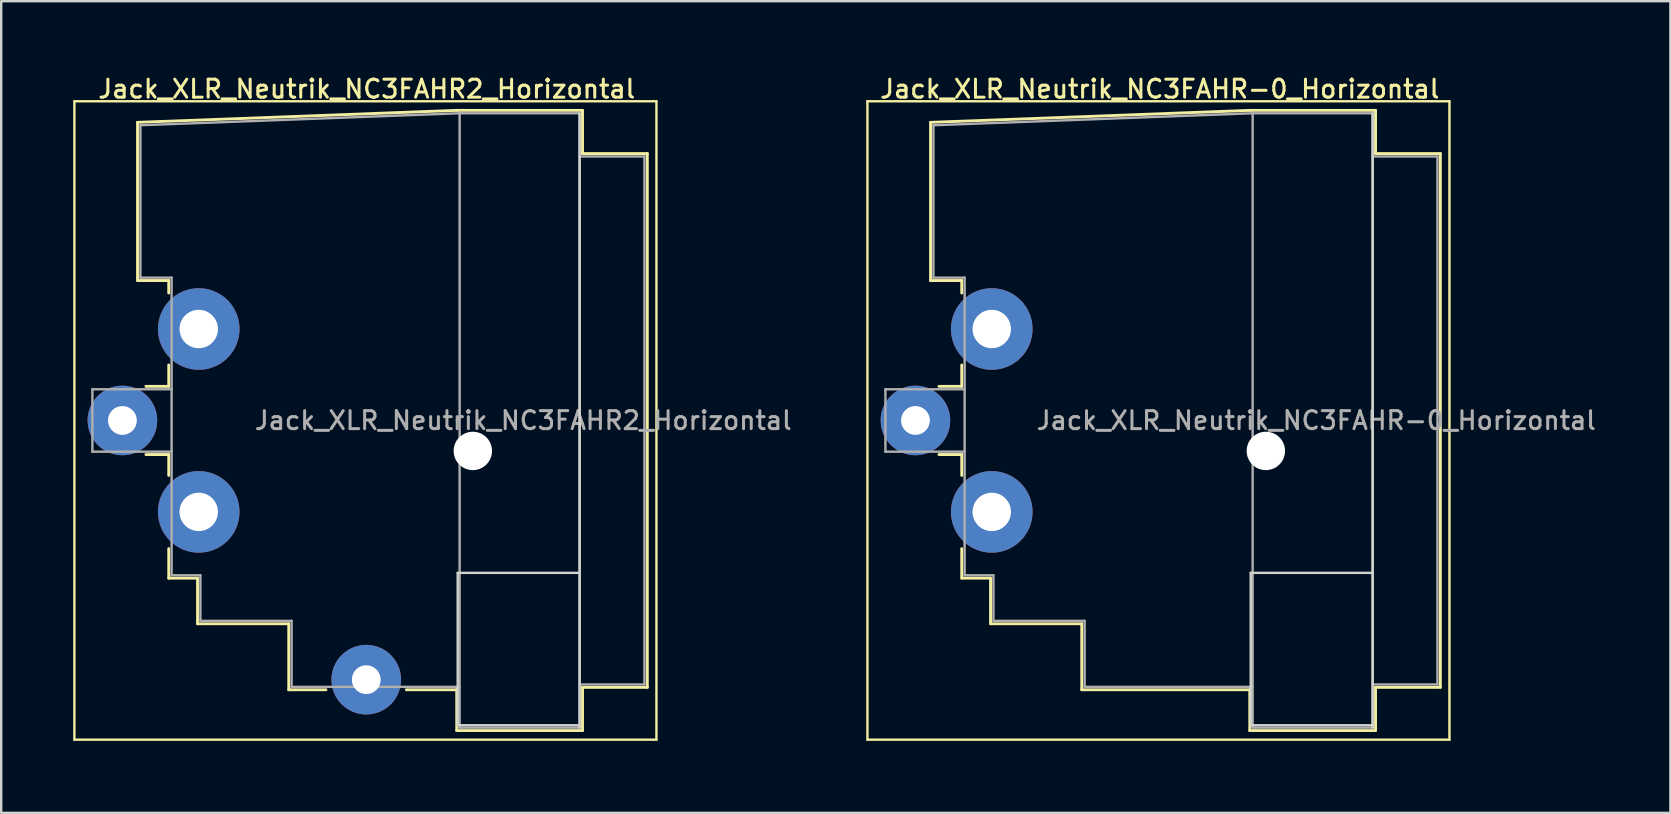
<source format=kicad_pcb>
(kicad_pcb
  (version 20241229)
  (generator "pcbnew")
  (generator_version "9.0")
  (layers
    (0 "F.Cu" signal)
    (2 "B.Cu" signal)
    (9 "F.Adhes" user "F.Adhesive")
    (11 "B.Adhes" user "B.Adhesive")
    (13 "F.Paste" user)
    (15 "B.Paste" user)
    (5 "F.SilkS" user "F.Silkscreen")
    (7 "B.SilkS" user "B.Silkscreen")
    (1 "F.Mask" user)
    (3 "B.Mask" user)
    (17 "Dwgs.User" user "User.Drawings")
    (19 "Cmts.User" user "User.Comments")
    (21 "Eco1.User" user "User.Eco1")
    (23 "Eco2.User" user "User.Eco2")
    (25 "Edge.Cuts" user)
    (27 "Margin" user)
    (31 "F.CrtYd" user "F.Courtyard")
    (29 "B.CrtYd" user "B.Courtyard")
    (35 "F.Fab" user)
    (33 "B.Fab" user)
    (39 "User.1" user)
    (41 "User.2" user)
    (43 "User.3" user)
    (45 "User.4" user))
  (footprint "Jack_XLR_Neutrik_NC3FAHR-0_Horizontal"
    (layer "F.Cu")
    (at 38.271 10.658)
    (property "Reference" "Jack_XLR_Neutrik_NC3FAHR-0_Horizontal" (at 7 -10 0) (layer "F.SilkS") (effects (font (size 0.75 0.75) (thickness 0.125))))
    (attr through_hole)
    (fp_line (start -5.18 -9.49) (end -5.18 17.11) (stroke (width 0.1) (type solid)) (layer "F.SilkS"))
    (fp_line (start -2.55 -8.61) (end -2.55 -2.02) (stroke (width 0.12) (type solid)) (layer "F.SilkS"))
    (fp_line (start -2.55 -2.02) (end -1.25 -2.02) (stroke (width 0.12) (type solid)) (layer "F.SilkS"))
    (fp_line (start -1.25 -2.02) (end -1.25 -1.5) (stroke (width 0.12) (type solid)) (layer "F.SilkS"))
    (fp_line (start -1.25 1.5) (end -1.25 2.39) (stroke (width 0.12) (type solid)) (layer "F.SilkS"))
    (fp_line (start -1.25 2.39) (end -2.2 2.39) (stroke (width 0.12) (type solid)) (layer "F.SilkS"))
    (fp_line (start -1.25 5.23) (end -2.2 5.23) (stroke (width 0.12) (type solid)) (layer "F.SilkS"))
    (fp_line (start -1.25 5.23) (end -1.25 6.1) (stroke (width 0.12) (type solid)) (layer "F.SilkS"))
    (fp_line (start -1.25 9.15) (end -1.25 10.38) (stroke (width 0.12) (type solid)) (layer "F.SilkS"))
    (fp_line (start -0.05 10.38) (end -1.25 10.38) (stroke (width 0.12) (type solid)) (layer "F.SilkS"))
    (fp_line (start -0.05 10.38) (end -0.05 12.28) (stroke (width 0.12) (type solid)) (layer "F.SilkS"))
    (fp_line (start 3.75 12.28) (end -0.05 12.28) (stroke (width 0.12) (type solid)) (layer "F.SilkS"))
    (fp_line (start 3.75 12.28) (end 3.75 15.03) (stroke (width 0.12) (type solid)) (layer "F.SilkS"))
    (fp_line (start 10.75 -9.11) (end -2.55 -8.61) (stroke (width 0.12) (type solid)) (layer "F.SilkS"))
    (fp_line (start 10.75 15.03) (end 3.75 15.03) (stroke (width 0.12) (type solid)) (layer "F.SilkS"))
    (fp_line (start 10.75 16.73) (end 10.75 15.03) (stroke (width 0.12) (type solid)) (layer "F.SilkS"))
    (fp_line (start 15.99 -9.11) (end 10.75 -9.11) (stroke (width 0.12) (type solid)) (layer "F.SilkS"))
    (fp_line (start 15.99 -9.11) (end 15.99 -7.31) (stroke (width 0.12) (type solid)) (layer "F.SilkS"))
    (fp_line (start 15.99 -7.31) (end 18.69 -7.31) (stroke (width 0.12) (type solid)) (layer "F.SilkS"))
    (fp_line (start 15.99 14.93) (end 15.99 16.73) (stroke (width 0.12) (type solid)) (layer "F.SilkS"))
    (fp_line (start 15.99 14.93) (end 18.69 14.93) (stroke (width 0.12) (type solid)) (layer "F.SilkS"))
    (fp_line (start 15.99 16.73) (end 10.75 16.73) (stroke (width 0.12) (type solid)) (layer "F.SilkS"))
    (fp_line (start 18.69 -7.31) (end 18.69 14.93) (stroke (width 0.12) (type solid)) (layer "F.SilkS"))
    (fp_line (start 19.07 -9.49) (end -5.18 -9.49) (stroke (width 0.1) (type solid)) (layer "F.SilkS"))
    (fp_line (start 19.07 -9.49) (end 19.07 17.11) (stroke (width 0.1) (type solid)) (layer "F.SilkS"))
    (fp_line (start 19.07 17.11) (end -5.18 17.11) (stroke (width 0.1) (type solid)) (layer "F.SilkS"))
    (fp_line (start 10.79 10.16) (end 10.79 16.51) (stroke (width 0.1) (type solid)) (layer "Edge.Cuts"))
    (fp_line (start 10.79 16.51) (end 15.87 16.51) (stroke (width 0.1) (type solid)) (layer "Edge.Cuts"))
    (fp_line (start 15.87 -8.99) (end 15.87 16.61) (stroke (width 0.1) (type solid)) (layer "Edge.Cuts"))
    (fp_line (start 15.87 10.16) (end 10.79 10.16) (stroke (width 0.1) (type solid)) (layer "Edge.Cuts"))
    (fp_line (start -4.43 2.51) (end -4.43 5.11) (stroke (width 0.1) (type solid)) (layer "F.Fab"))
    (fp_line (start -4.43 2.51) (end -1.13 2.51) (stroke (width 0.1) (type solid)) (layer "F.Fab"))
    (fp_line (start -4.43 5.11) (end -1.13 5.11) (stroke (width 0.1) (type solid)) (layer "F.Fab"))
    (fp_line (start -2.43 -8.49) (end -2.43 -2.14) (stroke (width 0.1) (type solid)) (layer "F.Fab"))
    (fp_line (start -2.43 -8.49) (end 10.87 -8.99) (stroke (width 0.1) (type solid)) (layer "F.Fab"))
    (fp_line (start -1.13 -2.14) (end -2.43 -2.14) (stroke (width 0.1) (type solid)) (layer "F.Fab"))
    (fp_line (start -1.13 -2.14) (end -1.13 10.26) (stroke (width 0.1) (type solid)) (layer "F.Fab"))
    (fp_line (start -1.13 10.26) (end 0.07 10.26) (stroke (width 0.1) (type solid)) (layer "F.Fab"))
    (fp_line (start 0.07 10.26) (end 0.07 12.16) (stroke (width 0.1) (type solid)) (layer "F.Fab"))
    (fp_line (start 0.07 12.16) (end 3.87 12.16) (stroke (width 0.1) (type solid)) (layer "F.Fab"))
    (fp_line (start 3.87 12.16) (end 3.87 14.91) (stroke (width 0.1) (type solid)) (layer "F.Fab"))
    (fp_line (start 3.87 14.91) (end 10.87 14.91) (stroke (width 0.1) (type solid)) (layer "F.Fab"))
    (fp_line (start 10.87 -8.99) (end 15.87 -8.99) (stroke (width 0.1) (type solid)) (layer "F.Fab"))
    (fp_line (start 10.87 16.61) (end 10.87 -8.99) (stroke (width 0.1) (type solid)) (layer "F.Fab"))
    (fp_line (start 15.87 -8.99) (end 15.87 16.61) (stroke (width 0.1) (type solid)) (layer "F.Fab"))
    (fp_line (start 15.87 -7.19) (end 18.57 -7.19) (stroke (width 0.1) (type solid)) (layer "F.Fab"))
    (fp_line (start 15.87 16.61) (end 10.87 16.61) (stroke (width 0.1) (type solid)) (layer "F.Fab"))
    (fp_line (start 18.57 -7.19) (end 18.57 14.81) (stroke (width 0.1) (type solid)) (layer "F.Fab"))
    (fp_line (start 18.57 14.81) (end 15.87 14.81) (stroke (width 0.1) (type solid)) (layer "F.Fab"))
    (fp_text user "${REFERENCE}" (at 13.52 3.81 0) (layer "F.Fab") (effects (font (size 0.75 0.75) (thickness 0.125))))
    (pad "" np_thru_hole circle (at 11.42 5.08) (size 1.6 1.6) (drill 1.6) (layers "*.Cu" "*.Mask"))
    (pad "1" thru_hole circle (at 0 0) (size 3.4 3.4) (drill 1.6) (layers "*.Cu" "*.Mask"))
    (pad "2" thru_hole circle (at -3.18 3.81) (size 2.9 2.9) (drill 1.2) (layers "*.Cu" "*.Mask"))
    (pad "3" thru_hole circle (at 0 7.62) (size 3.4 3.4) (drill 1.6) (layers "*.Cu" "*.Mask")))
  (footprint "Jack_XLR_Neutrik_NC3FAHR2_Horizontal"
    (layer "F.Cu")
    (at 5.23 10.658)
    (property "Reference" "Jack_XLR_Neutrik_NC3FAHR2_Horizontal" (at 7 -10 0) (layer "F.SilkS") (effects (font (size 0.75 0.75) (thickness 0.125))))
    (attr through_hole)
    (fp_line (start -5.18 -9.49) (end -5.18 17.11) (stroke (width 0.1) (type solid)) (layer "F.SilkS"))
    (fp_line (start -2.55 -8.61) (end -2.55 -2.02) (stroke (width 0.12) (type solid)) (layer "F.SilkS"))
    (fp_line (start -2.55 -2.02) (end -1.25 -2.02) (stroke (width 0.12) (type solid)) (layer "F.SilkS"))
    (fp_line (start -1.25 -2.02) (end -1.25 -1.5) (stroke (width 0.12) (type solid)) (layer "F.SilkS"))
    (fp_line (start -1.25 1.5) (end -1.25 2.39) (stroke (width 0.12) (type solid)) (layer "F.SilkS"))
    (fp_line (start -1.25 2.39) (end -2.2 2.39) (stroke (width 0.12) (type solid)) (layer "F.SilkS"))
    (fp_line (start -1.25 5.23) (end -2.2 5.23) (stroke (width 0.12) (type solid)) (layer "F.SilkS"))
    (fp_line (start -1.25 5.23) (end -1.25 6.1) (stroke (width 0.12) (type solid)) (layer "F.SilkS"))
    (fp_line (start -1.25 9.15) (end -1.25 10.38) (stroke (width 0.12) (type solid)) (layer "F.SilkS"))
    (fp_line (start -0.05 10.38) (end -1.25 10.38) (stroke (width 0.12) (type solid)) (layer "F.SilkS"))
    (fp_line (start -0.05 10.38) (end -0.05 12.28) (stroke (width 0.12) (type solid)) (layer "F.SilkS"))
    (fp_line (start 3.75 12.28) (end -0.05 12.28) (stroke (width 0.12) (type solid)) (layer "F.SilkS"))
    (fp_line (start 3.75 12.28) (end 3.75 15.03) (stroke (width 0.12) (type solid)) (layer "F.SilkS"))
    (fp_line (start 5.3 15.03) (end 3.75 15.03) (stroke (width 0.12) (type solid)) (layer "F.SilkS"))
    (fp_line (start 10.75 -9.11) (end -2.55 -8.61) (stroke (width 0.12) (type solid)) (layer "F.SilkS"))
    (fp_line (start 10.75 15.03) (end 8.65 15.03) (stroke (width 0.12) (type solid)) (layer "F.SilkS"))
    (fp_line (start 10.75 16.73) (end 10.75 15.03) (stroke (width 0.12) (type solid)) (layer "F.SilkS"))
    (fp_line (start 15.99 -9.11) (end 10.75 -9.11) (stroke (width 0.12) (type solid)) (layer "F.SilkS"))
    (fp_line (start 15.99 -9.11) (end 15.99 -7.31) (stroke (width 0.12) (type solid)) (layer "F.SilkS"))
    (fp_line (start 15.99 -7.31) (end 18.69 -7.31) (stroke (width 0.12) (type solid)) (layer "F.SilkS"))
    (fp_line (start 15.99 14.93) (end 15.99 16.73) (stroke (width 0.12) (type solid)) (layer "F.SilkS"))
    (fp_line (start 15.99 14.93) (end 18.69 14.93) (stroke (width 0.12) (type solid)) (layer "F.SilkS"))
    (fp_line (start 15.99 16.73) (end 10.75 16.73) (stroke (width 0.12) (type solid)) (layer "F.SilkS"))
    (fp_line (start 18.69 -7.31) (end 18.69 14.93) (stroke (width 0.12) (type solid)) (layer "F.SilkS"))
    (fp_line (start 19.07 -9.49) (end -5.18 -9.49) (stroke (width 0.1) (type solid)) (layer "F.SilkS"))
    (fp_line (start 19.07 -9.49) (end 19.07 17.11) (stroke (width 0.1) (type solid)) (layer "F.SilkS"))
    (fp_line (start 19.07 17.11) (end -5.18 17.11) (stroke (width 0.1) (type solid)) (layer "F.SilkS"))
    (fp_line (start 10.79 10.16) (end 10.79 16.51) (stroke (width 0.1) (type solid)) (layer "Edge.Cuts"))
    (fp_line (start 10.79 16.51) (end 15.87 16.51) (stroke (width 0.1) (type solid)) (layer "Edge.Cuts"))
    (fp_line (start 15.87 -8.99) (end 15.87 16.61) (stroke (width 0.1) (type solid)) (layer "Edge.Cuts"))
    (fp_line (start 15.87 10.16) (end 10.79 10.16) (stroke (width 0.1) (type solid)) (layer "Edge.Cuts"))
    (fp_line (start -4.43 2.51) (end -4.43 5.11) (stroke (width 0.1) (type solid)) (layer "F.Fab"))
    (fp_line (start -4.43 2.51) (end -1.13 2.51) (stroke (width 0.1) (type solid)) (layer "F.Fab"))
    (fp_line (start -4.43 5.11) (end -1.13 5.11) (stroke (width 0.1) (type solid)) (layer "F.Fab"))
    (fp_line (start -2.43 -8.49) (end -2.43 -2.14) (stroke (width 0.1) (type solid)) (layer "F.Fab"))
    (fp_line (start -2.43 -8.49) (end 10.87 -8.99) (stroke (width 0.1) (type solid)) (layer "F.Fab"))
    (fp_line (start -1.13 -2.14) (end -2.43 -2.14) (stroke (width 0.1) (type solid)) (layer "F.Fab"))
    (fp_line (start -1.13 -2.14) (end -1.13 10.26) (stroke (width 0.1) (type solid)) (layer "F.Fab"))
    (fp_line (start -1.13 10.26) (end 0.07 10.26) (stroke (width 0.1) (type solid)) (layer "F.Fab"))
    (fp_line (start 0.07 10.26) (end 0.07 12.16) (stroke (width 0.1) (type solid)) (layer "F.Fab"))
    (fp_line (start 0.07 12.16) (end 3.87 12.16) (stroke (width 0.1) (type solid)) (layer "F.Fab"))
    (fp_line (start 3.87 12.16) (end 3.87 14.91) (stroke (width 0.1) (type solid)) (layer "F.Fab"))
    (fp_line (start 3.87 14.91) (end 10.87 14.91) (stroke (width 0.1) (type solid)) (layer "F.Fab"))
    (fp_line (start 10.87 -8.99) (end 15.87 -8.99) (stroke (width 0.1) (type solid)) (layer "F.Fab"))
    (fp_line (start 10.87 16.61) (end 10.87 -8.99) (stroke (width 0.1) (type solid)) (layer "F.Fab"))
    (fp_line (start 15.87 -8.99) (end 15.87 16.61) (stroke (width 0.1) (type solid)) (layer "F.Fab"))
    (fp_line (start 15.87 -7.19) (end 18.57 -7.19) (stroke (width 0.1) (type solid)) (layer "F.Fab"))
    (fp_line (start 15.87 16.61) (end 10.87 16.61) (stroke (width 0.1) (type solid)) (layer "F.Fab"))
    (fp_line (start 18.57 -7.19) (end 18.57 14.81) (stroke (width 0.1) (type solid)) (layer "F.Fab"))
    (fp_line (start 18.57 14.81) (end 15.87 14.81) (stroke (width 0.1) (type solid)) (layer "F.Fab"))
    (fp_text user "${REFERENCE}" (at 13.52 3.81 0) (layer "F.Fab") (effects (font (size 0.75 0.75) (thickness 0.125))))
    (pad "" np_thru_hole circle (at 11.42 5.08) (size 1.6 1.6) (drill 1.6) (layers "*.Cu" "*.Mask"))
    (pad "1" thru_hole circle (at 0 0) (size 3.4 3.4) (drill 1.6) (layers "*.Cu" "*.Mask"))
    (pad "2" thru_hole circle (at -3.18 3.81) (size 2.9 2.9) (drill 1.2) (layers "*.Cu" "*.Mask"))
    (pad "3" thru_hole circle (at 0 7.62) (size 3.4 3.4) (drill 1.6) (layers "*.Cu" "*.Mask"))
    (pad "G" thru_hole circle (at 6.98 14.61) (size 2.9 2.9) (drill 1.2) (layers "*.Cu" "*.Mask")))
  (gr_rect
    (start -3 -3)
    (end 66.546 30.818)
    (stroke (width 0.1) (type default))
    (fill no)
    (layer "Edge.Cuts")))
</source>
